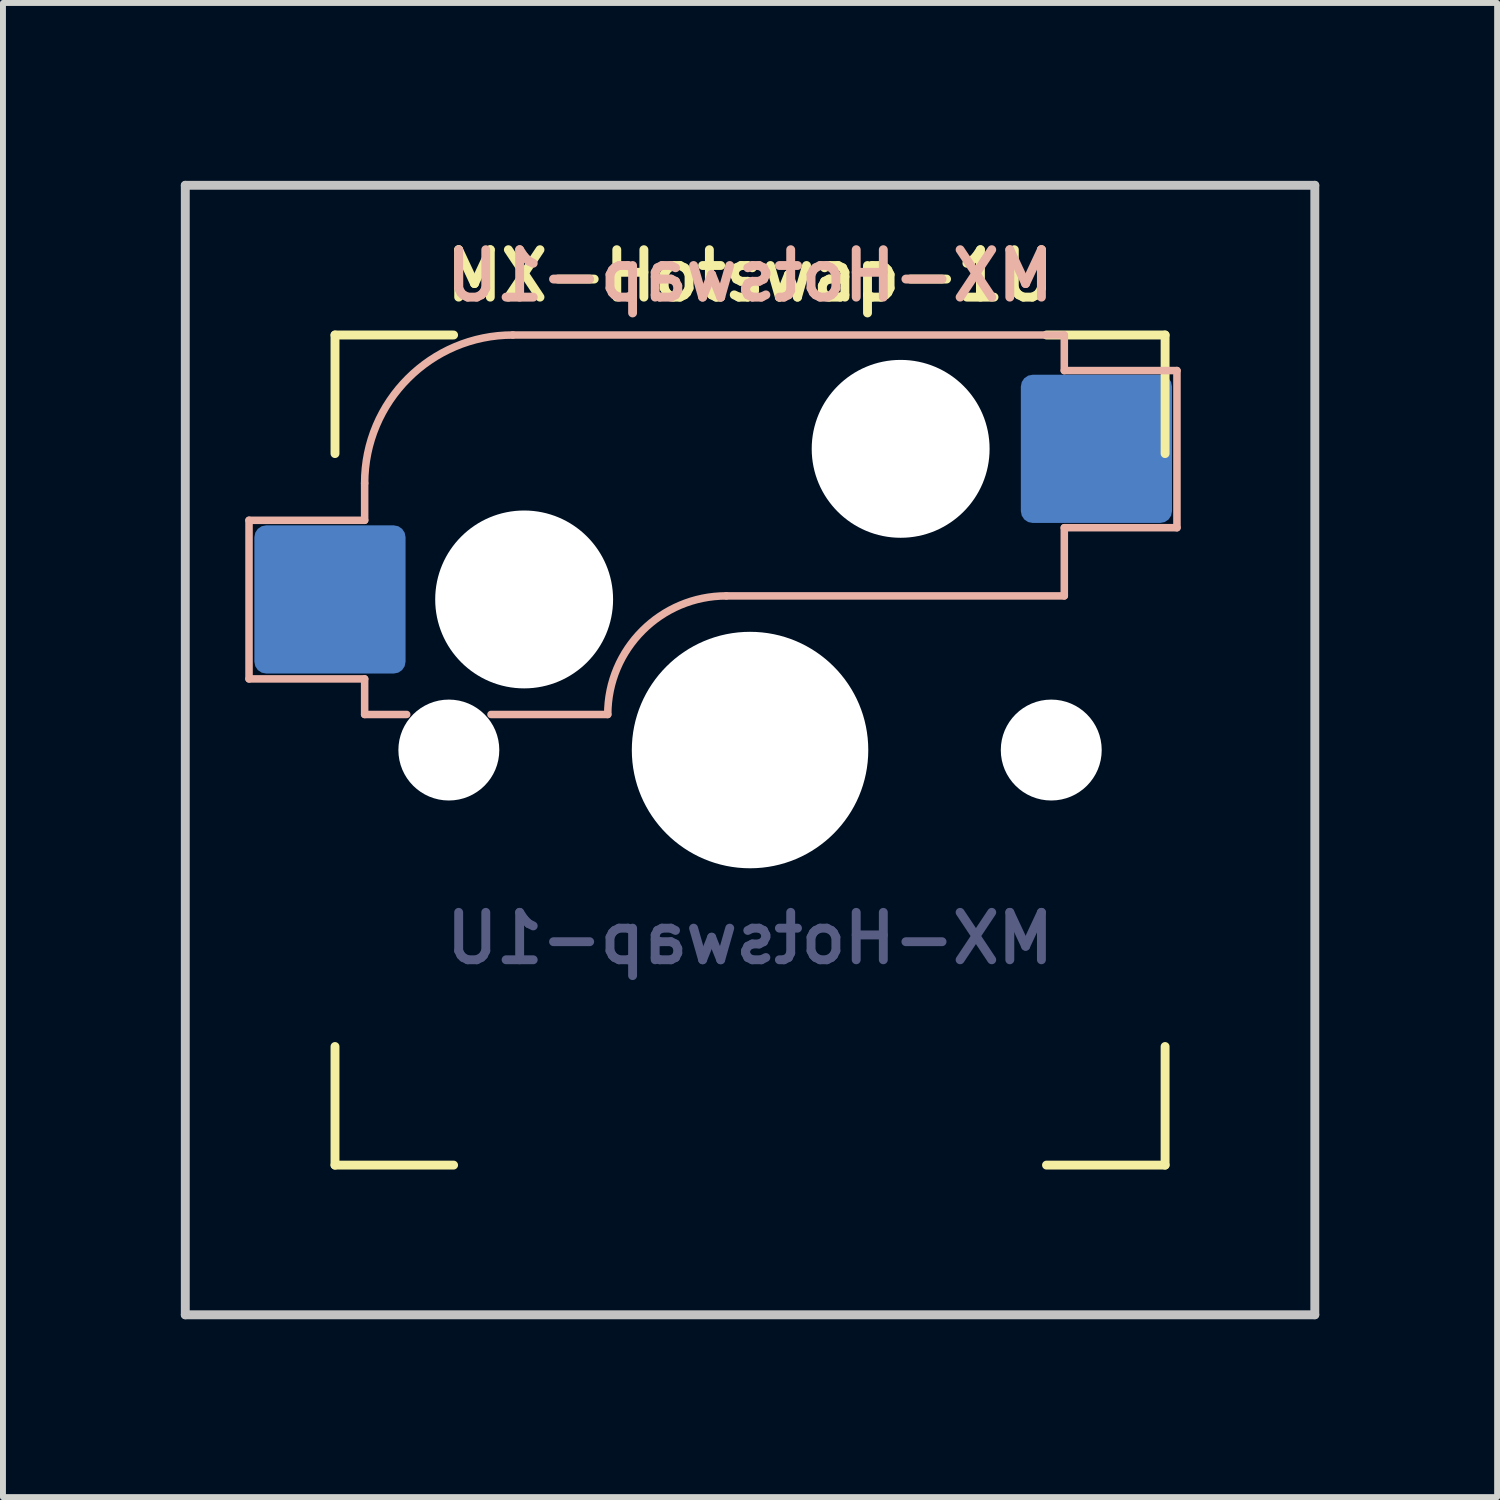
<source format=kicad_pcb>
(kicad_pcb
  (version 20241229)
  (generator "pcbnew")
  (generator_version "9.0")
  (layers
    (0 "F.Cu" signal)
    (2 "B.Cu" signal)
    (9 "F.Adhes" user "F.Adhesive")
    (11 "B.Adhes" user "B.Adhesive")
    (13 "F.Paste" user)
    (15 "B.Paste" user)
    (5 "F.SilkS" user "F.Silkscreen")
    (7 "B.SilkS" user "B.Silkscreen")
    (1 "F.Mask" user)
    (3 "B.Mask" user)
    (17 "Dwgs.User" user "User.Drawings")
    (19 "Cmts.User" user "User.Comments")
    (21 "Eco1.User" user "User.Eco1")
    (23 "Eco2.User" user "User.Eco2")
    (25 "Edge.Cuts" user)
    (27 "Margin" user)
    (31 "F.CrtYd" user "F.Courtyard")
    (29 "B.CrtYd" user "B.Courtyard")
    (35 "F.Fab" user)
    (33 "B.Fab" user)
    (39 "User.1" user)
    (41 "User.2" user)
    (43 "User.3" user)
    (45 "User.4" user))
  (footprint "MX-Hotswap-1U"
    (layer "F.Cu")
    (at 9.6 9.6)
    (property "Reference" "MX-Hotswap-1U" (at 0 3.175 0) (layer "B.Fab") (effects (font (size 0.8 0.8) (thickness 0.15)) (justify mirror)))
    (attr smd)
    (fp_line (start -7 -7) (end -7 -5) (stroke (width 0.15) (type solid)) (layer "F.SilkS"))
    (fp_line (start -7 5) (end -7 7) (stroke (width 0.15) (type solid)) (layer "F.SilkS"))
    (fp_line (start -7 7) (end -5 7) (stroke (width 0.15) (type solid)) (layer "F.SilkS"))
    (fp_line (start -5 -7) (end -7 -7) (stroke (width 0.15) (type solid)) (layer "F.SilkS"))
    (fp_line (start 5 -7) (end 7 -7) (stroke (width 0.15) (type solid)) (layer "F.SilkS"))
    (fp_line (start 5 7) (end 7 7) (stroke (width 0.15) (type solid)) (layer "F.SilkS"))
    (fp_line (start 7 -7) (end 7 -5) (stroke (width 0.15) (type solid)) (layer "F.SilkS"))
    (fp_line (start 7 7) (end 7 5) (stroke (width 0.15) (type solid)) (layer "F.SilkS"))
    (fp_line (start -8.45 -3.875) (end -8.45 -1.2) (stroke (width 0.127) (type solid)) (layer "B.SilkS"))
    (fp_line (start -8.45 -1.2) (end -6.5 -1.2) (stroke (width 0.127) (type solid)) (layer "B.SilkS"))
    (fp_line (start -6.5 -4.5) (end -6.5 -3.875) (stroke (width 0.127) (type solid)) (layer "B.SilkS"))
    (fp_line (start -6.5 -3.875) (end -8.45 -3.875) (stroke (width 0.127) (type solid)) (layer "B.SilkS"))
    (fp_line (start -6.5 -0.6) (end -6.5 -1.2) (stroke (width 0.127) (type solid)) (layer "B.SilkS"))
    (fp_line (start -6.5 -0.6) (end -5.791 -0.6) (stroke (width 0.127) (type solid)) (layer "B.SilkS"))
    (fp_line (start -4.369 -0.6) (end -2.4 -0.6) (stroke (width 0.127) (type solid)) (layer "B.SilkS"))
    (fp_line (start -0.4 -2.6) (end 5.3 -2.6) (stroke (width 0.127) (type solid)) (layer "B.SilkS"))
    (fp_line (start 5.3 -7) (end -4 -7) (stroke (width 0.127) (type solid)) (layer "B.SilkS"))
    (fp_line (start 5.3 -7) (end 5.3 -6.4) (stroke (width 0.127) (type solid)) (layer "B.SilkS"))
    (fp_line (start 5.3 -6.4) (end 7.2 -6.4) (stroke (width 0.127) (type solid)) (layer "B.SilkS"))
    (fp_line (start 5.3 -2.6) (end 5.3 -3.75) (stroke (width 0.127) (type solid)) (layer "B.SilkS"))
    (fp_line (start 7.2 -6.4) (end 7.2 -3.75) (stroke (width 0.127) (type solid)) (layer "B.SilkS"))
    (fp_line (start 7.2 -3.75) (end 5.3 -3.75) (stroke (width 0.127) (type solid)) (layer "B.SilkS"))
    (fp_arc (start -6.5 -4.5) (mid -5.767767 -6.267766) (end -4 -7) (stroke (width 0.127) (type solid)) (layer "B.SilkS"))
    (fp_arc (start -2.4 -0.6) (mid -1.814214 -2.014214) (end -0.4 -2.6) (stroke (width 0.127) (type solid)) (layer "B.SilkS"))
    (fp_line (start -9.525 9.525) (end -9.525 -9.525) (stroke (width 0.15) (type solid)) (layer "Dwgs.User"))
    (fp_line (start 9.525 -9.525) (end -9.525 -9.525) (stroke (width 0.15) (type solid)) (layer "Dwgs.User"))
    (fp_line (start 9.525 9.525) (end -9.525 9.525) (stroke (width 0.15) (type solid)) (layer "Dwgs.User"))
    (fp_line (start 9.525 9.525) (end 9.525 -9.525) (stroke (width 0.15) (type solid)) (layer "Dwgs.User"))
    (fp_text user "${REFERENCE}" (at 0 -8.001 0) (layer "F.SilkS") (effects (font (size 0.8 0.8) (thickness 0.15))))
    (fp_text user "${REFERENCE}" (at 0 -8.001 0) (layer "B.SilkS") (effects (font (size 0.8 0.8) (thickness 0.15)) (justify mirror)))
    (pad "" np_thru_hole circle (at -5.08 0 48.099) (size 1.702 1.702) (drill 1.702) (layers "*.Cu" "*.Mask"))
    (pad "" np_thru_hole circle (at -3.81 -2.54) (size 3 3) (drill 3) (layers "*.Cu" "*.Mask"))
    (pad "" np_thru_hole circle (at 0 0) (size 3.988 3.988) (drill 3.988) (layers "*.Cu" "*.Mask"))
    (pad "" np_thru_hole circle (at 2.54 -5.08) (size 3 3) (drill 3) (layers "*.Cu" "*.Mask"))
    (pad "" np_thru_hole circle (at 5.08 0 48.099) (size 1.702 1.702) (drill 1.702) (layers "*.Cu" "*.Mask"))
    (pad "1" smd roundrect (at -7.085 -2.54) (size 2.55 2.5) (layers "B.Cu" "B.Mask" "B.Paste") (roundrect_rratio 0.08))
    (pad "2" smd roundrect (at 5.842 -5.08) (size 2.55 2.5) (layers "B.Cu" "B.Mask" "B.Paste") (roundrect_rratio 0.08)))
  (gr_rect
    (start -3 -3)
    (end 22.2 22.2)
    (stroke (width 0.1) (type default))
    (fill no)
    (layer "Edge.Cuts")))
</source>
